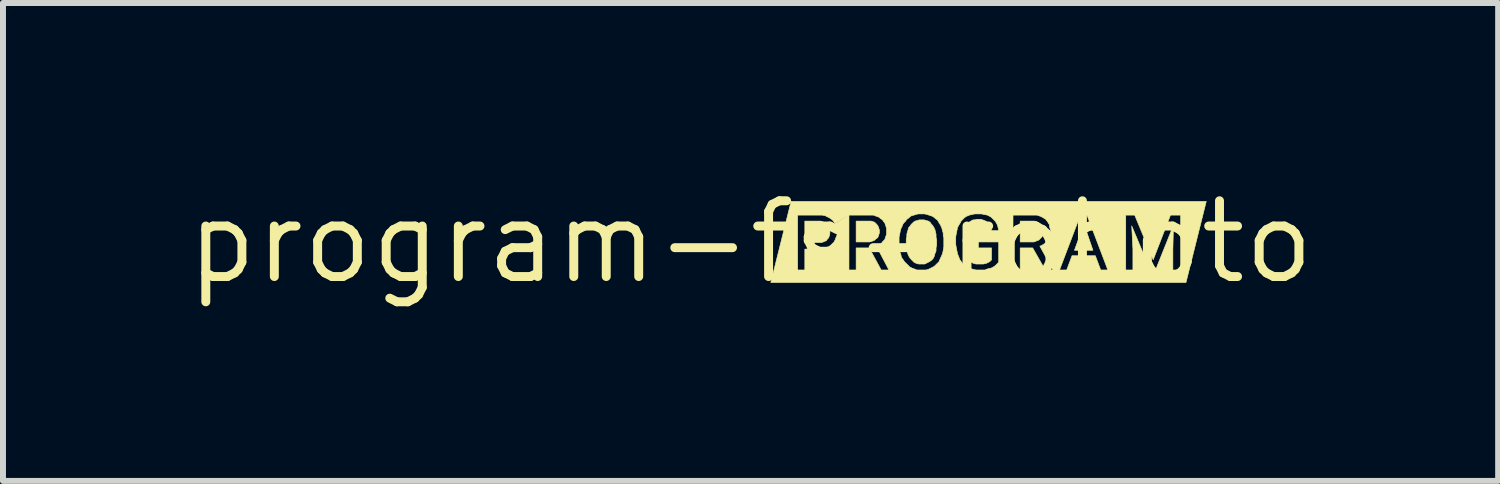
<source format=kicad_pcb>
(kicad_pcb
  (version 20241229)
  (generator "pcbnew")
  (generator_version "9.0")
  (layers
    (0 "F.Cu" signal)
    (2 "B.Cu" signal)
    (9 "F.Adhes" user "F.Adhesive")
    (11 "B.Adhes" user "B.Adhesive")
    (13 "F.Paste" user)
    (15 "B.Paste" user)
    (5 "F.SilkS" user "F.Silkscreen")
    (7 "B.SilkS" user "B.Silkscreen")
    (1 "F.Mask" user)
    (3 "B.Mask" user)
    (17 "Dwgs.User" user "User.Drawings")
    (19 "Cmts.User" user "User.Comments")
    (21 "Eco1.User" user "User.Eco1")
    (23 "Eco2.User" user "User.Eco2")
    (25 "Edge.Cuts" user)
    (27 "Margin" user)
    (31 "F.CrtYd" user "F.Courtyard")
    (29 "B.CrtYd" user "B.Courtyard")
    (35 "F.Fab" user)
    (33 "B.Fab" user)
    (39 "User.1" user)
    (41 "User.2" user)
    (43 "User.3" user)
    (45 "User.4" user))
  (footprint "program-fs-roboto"
    (layer "F.Cu")
    (at 9.532 1.006)
    (property "Reference" "program-fs-roboto" (at 0 0 0) (layer "F.SilkS") (effects (font (size 1.27 1.27) (thickness 0.15))))
    (attr board_only exclude_from_pos_files exclude_from_bom)
    (fp_poly (pts (xy 5.43 0.14) (xy 5.74 0.14) (xy 5.59 -0.3) (xy 5.43 0.14)) (stroke (width 0.01) (type solid)) (fill yes) (layer "F.SilkS"))
    (fp_poly (pts (xy 0.91 0.01) (xy 1.13 0.01) (xy 1.16 0.01) (xy 1.19 0.01) (xy 1.22 0) (xy 1.24 -0.01) (xy 1.27 -0.02) (xy 1.29 -0.05) (xy 1.31 -0.07) (xy 1.32 -0.1) (xy 1.33 -0.14) (xy 1.33 -0.18) (xy 1.32 -0.22) (xy 1.31 -0.25) (xy 1.29 -0.28) (xy 1.27 -0.3) (xy 1.24 -0.32) (xy 1.21 -0.34) (xy 1.17 -0.35) (xy 1.13 -0.35) (xy 0.91 -0.35) (xy 0.91 0.01)) (stroke (width 0.01) (type solid)) (fill yes) (layer "F.SilkS"))
    (fp_poly (pts (xy 1.77 0) (xy 1.97 0) (xy 2 0) (xy 2.03 -0.01) (xy 2.06 -0.02) (xy 2.08 -0.03) (xy 2.1 -0.05) (xy 2.13 -0.07) (xy 2.14 -0.09) (xy 2.15 -0.12) (xy 2.16 -0.15) (xy 2.16 -0.2) (xy 2.15 -0.23) (xy 2.14 -0.26) (xy 2.12 -0.29) (xy 2.1 -0.31) (xy 2.08 -0.33) (xy 2.05 -0.34) (xy 2.02 -0.35) (xy 1.97 -0.35) (xy 1.77 -0.35) (xy 1.77 0)) (stroke (width 0.01) (type solid)) (fill yes) (layer "F.SilkS"))
    (fp_poly (pts (xy 4.52 0) (xy 4.71 0) (xy 4.75 0) (xy 4.78 -0.01) (xy 4.8 -0.02) (xy 4.83 -0.03) (xy 4.85 -0.05) (xy 4.87 -0.07) (xy 4.89 -0.09) (xy 4.9 -0.12) (xy 4.9 -0.15) (xy 4.9 -0.2) (xy 4.9 -0.23) (xy 4.88 -0.26) (xy 4.87 -0.29) (xy 4.85 -0.31) (xy 4.82 -0.33) (xy 4.79 -0.34) (xy 4.76 -0.35) (xy 4.71 -0.35) (xy 4.52 -0.35) (xy 4.52 0)) (stroke (width 0.01) (type solid)) (fill yes) (layer "F.SilkS"))
    (fp_poly (pts (xy 3.12 -0.03) (xy 3.11 -0.08) (xy 3.11 -0.13) (xy 3.1 -0.17) (xy 3.09 -0.21) (xy 3.07 -0.25) (xy 3.05 -0.28) (xy 3.03 -0.3) (xy 3.01 -0.33) (xy 2.98 -0.35) (xy 2.94 -0.36) (xy 2.91 -0.37) (xy 2.87 -0.37) (xy 2.83 -0.37) (xy 2.8 -0.36) (xy 2.76 -0.35) (xy 2.73 -0.33) (xy 2.71 -0.31) (xy 2.69 -0.29) (xy 2.67 -0.26) (xy 2.65 -0.24) (xy 2.64 -0.2) (xy 2.63 -0.17) (xy 2.62 -0.13) (xy 2.62 -0.09) (xy 2.61 -0.05) (xy 2.61 0.05) (xy 2.62 0.09) (xy 2.62 0.13) (xy 2.63 0.17) (xy 2.64 0.21) (xy 2.66 0.25) (xy 2.68 0.28) (xy 2.71 0.31) (xy 2.74 0.34) (xy 2.78 0.36) (xy 2.82 0.37) (xy 2.85 0.37) (xy 2.87 0.37) (xy 2.9 0.37) (xy 2.92 0.37) (xy 2.94 0.36) (xy 2.96 0.35) (xy 2.98 0.34) (xy 3 0.33) (xy 3.03 0.31) (xy 3.06 0.28) (xy 3.08 0.24) (xy 3.09 0.2) (xy 3.11 0.15) (xy 3.11 0.1) (xy 3.12 0.05) (xy 3.12 -0.03)) (stroke (width 0.01) (type solid)) (fill yes) (layer "F.SilkS"))
    (fp_poly (pts (xy 0.79 -0.45) (xy 1.13 -0.45) (xy 1.2 -0.45) (xy 1.25 -0.44) (xy 1.29 -0.42) (xy 1.33 -0.4) (xy 1.37 -0.37) (xy 1.39 -0.35) (xy 1.4 -0.33) (xy 1.41 -0.31) (xy 1.65 -0.45) (xy 1.97 -0.45) (xy 2.02 -0.45) (xy 2.06 -0.45) (xy 2.11 -0.43) (xy 2.14 -0.42) (xy 2.16 -0.41) (xy 2.18 -0.39) (xy 2.2 -0.38) (xy 2.22 -0.36) (xy 2.23 -0.34) (xy 2.25 -0.32) (xy 2.26 -0.29) (xy 2.27 -0.26) (xy 2.28 -0.23) (xy 2.28 -0.19) (xy 2.28 -0.16) (xy 2.5 -0.13) (xy 2.51 -0.18) (xy 2.52 -0.22) (xy 2.54 -0.26) (xy 2.55 -0.29) (xy 2.57 -0.32) (xy 2.6 -0.35) (xy 2.62 -0.38) (xy 2.65 -0.4) (xy 2.67 -0.42) (xy 2.7 -0.44) (xy 2.74 -0.45) (xy 2.77 -0.46) (xy 2.81 -0.47) (xy 2.84 -0.47) (xy 2.88 -0.47) (xy 2.92 -0.47) (xy 2.96 -0.46) (xy 2.99 -0.45) (xy 3.02 -0.44) (xy 3.05 -0.43) (xy 3.08 -0.41) (xy 3.1 -0.39) (xy 3.13 -0.37) (xy 3.15 -0.34) (xy 3.16 -0.32) (xy 3.18 -0.29) (xy 3.2 -0.25) (xy 3.21 -0.22) (xy 3.22 -0.18) (xy 3.23 -0.15) (xy 3.23 -0.11) (xy 3.24 -0.07) (xy 3.24 0.03) (xy 3.44 0.04) (xy 3.44 -0.05) (xy 3.44 -0.09) (xy 3.45 -0.14) (xy 3.46 -0.19) (xy 3.47 -0.24) (xy 3.49 -0.28) (xy 3.51 -0.31) (xy 3.53 -0.35) (xy 3.56 -0.38) (xy 3.59 -0.41) (xy 3.62 -0.43) (xy 3.67 -0.45) (xy 3.71 -0.46) (xy 3.76 -0.47) (xy 3.81 -0.47) (xy 3.87 -0.47) (xy 3.92 -0.46) (xy 3.97 -0.45) (xy 4.01 -0.43) (xy 4.04 -0.41) (xy 4.07 -0.38) (xy 4.1 -0.35) (xy 4.12 -0.32) (xy 4.14 -0.28) (xy 4.15 -0.24) (xy 4.16 -0.19) (xy 4.04 -0.19) (xy 4.03 -0.22) (xy 4.02 -0.26) (xy 4 -0.28) (xy 3.99 -0.31) (xy 3.97 -0.33) (xy 3.94 -0.35) (xy 3.92 -0.36) (xy 3.89 -0.37) (xy 3.86 -0.38) (xy 3.83 -0.38) (xy 3.79 -0.38) (xy 3.76 -0.37) (xy 3.73 -0.37) (xy 3.71 -0.36) (xy 3.68 -0.34) (xy 3.66 -0.33) (xy 3.64 -0.31) (xy 3.62 -0.28) (xy 3.61 -0.25) (xy 3.6 -0.22) (xy 3.59 -0.19) (xy 3.58 -0.15) (xy 3.57 -0.11) (xy 3.57 -0.07) (xy 3.57 0.06) (xy 3.57 0.1) (xy 3.58 0.14) (xy 3.59 0.18) (xy 3.6 0.22) (xy 3.62 0.25) (xy 3.64 0.28) (xy 3.67 0.31) (xy 3.7 0.34) (xy 3.74 0.36) (xy 3.78 0.37) (xy 3.83 0.37) (xy 3.9 0.37) (xy 3.95 0.36) (xy 3.97 0.35) (xy 3.99 0.34) (xy 4.01 0.33) (xy 4.04 0.3) (xy 4.04 0.1) (xy 3.82 0.1) (xy 3.82 0) (xy 4.16 0) (xy 4.16 0.34) (xy 4.4 0.47) (xy 4.4 -0.45) (xy 4.71 -0.45) (xy 4.76 -0.45) (xy 4.8 -0.45) (xy 4.86 -0.43) (xy 4.88 -0.42) (xy 4.9 -0.41) (xy 4.93 -0.39) (xy 4.95 -0.38) (xy 4.96 -0.36) (xy 4.98 -0.34) (xy 4.99 -0.32) (xy 5.01 -0.29) (xy 5.01 -0.26) (xy 5.02 -0.23) (xy 5.03 -0.19) (xy 5.03 -0.16) (xy 5.02 -0.13) (xy 5.02 -0.1) (xy 5.01 -0.07) (xy 4.99 -0.04) (xy 4.97 -0.02) (xy 4.95 0) (xy 4.93 0.03) (xy 4.91 0.04) (xy 4.88 0.06) (xy 4.85 0.07) (xy 5.07 0.47) (xy 5.18 0.47) (xy 5.53 -0.45) (xy 5.64 -0.45) (xy 5.99 0.47) (xy 5.87 0.47) (xy 5.78 0.23) (xy 5.39 0.23) (xy 5.3 0.47) (xy 5.18 0.47) (xy 5.07 0.47) (xy 4.94 0.47) (xy 4.73 0.1) (xy 4.52 0.1) (xy 4.52 0.47) (xy 4.4 0.47) (xy 4.16 0.34) (xy 4.13 0.37) (xy 4.1 0.4) (xy 4.07 0.42) (xy 4.03 0.44) (xy 3.98 0.45) (xy 3.93 0.47) (xy 3.88 0.47) (xy 3.82 0.47) (xy 3.78 0.47) (xy 3.74 0.46) (xy 3.7 0.45) (xy 3.66 0.44) (xy 3.63 0.42) (xy 3.59 0.39) (xy 3.56 0.37) (xy 3.54 0.34) (xy 3.51 0.3) (xy 3.49 0.25) (xy 3.47 0.2) (xy 3.46 0.15) (xy 3.45 0.1) (xy 3.44 0.04) (xy 3.24 0.03) (xy 3.24 0.08) (xy 3.23 0.14) (xy 3.22 0.19) (xy 3.2 0.24) (xy 3.18 0.28) (xy 3.16 0.33) (xy 3.13 0.36) (xy 3.09 0.4) (xy 3.06 0.42) (xy 3.02 0.44) (xy 2.98 0.46) (xy 2.94 0.47) (xy 2.89 0.47) (xy 2.84 0.47) (xy 2.79 0.47) (xy 2.74 0.45) (xy 2.71 0.44) (xy 2.67 0.42) (xy 2.64 0.39) (xy 2.61 0.36) (xy 2.58 0.33) (xy 2.56 0.3) (xy 2.53 0.26) (xy 2.52 0.21) (xy 2.5 0.16) (xy 2.5 0.11) (xy 2.49 0.05) (xy 2.49 -0.03) (xy 2.49 -0.08) (xy 2.5 -0.13) (xy 2.28 -0.16) (xy 2.28 -0.13) (xy 2.27 -0.1) (xy 2.26 -0.07) (xy 2.25 -0.04) (xy 2.23 -0.02) (xy 2.21 0) (xy 2.19 0.03) (xy 2.16 0.04) (xy 2.14 0.06) (xy 2.11 0.07) (xy 2.32 0.47) (xy 2.19 0.47) (xy 1.99 0.1) (xy 1.77 0.1) (xy 1.77 0.47) (xy 1.65 0.47) (xy 1.65 -0.45) (xy 1.42 -0.31) (xy 1.43 -0.29) (xy 1.44 -0.27) (xy 1.44 -0.24) (xy 1.45 -0.21) (xy 1.45 -0.18) (xy 1.45 -0.15) (xy 1.45 -0.12) (xy 1.44 -0.09) (xy 1.43 -0.07) (xy 1.42 -0.04) (xy 1.41 -0.02) (xy 1.4 0) (xy 1.38 0.02) (xy 1.35 0.05) (xy 1.31 0.08) (xy 1.27 0.09) (xy 1.22 0.11) (xy 1.18 0.11) (xy 1.14 0.11) (xy 0.91 0.12) (xy 0.91 0.47) (xy 0.79 0.47) (xy 0.79 -0.45) (xy 0.68 -0.68) (xy 0.34 0.68) (xy 7.3 0.68) (xy 7.21 0.47) (xy 7.08 0.47) (xy 7.08 0.12) (xy 7.09 -0.28) (xy 6.79 0.47) (xy 6.7 0.47) (xy 6.39 -0.27) (xy 6.41 0.12) (xy 6.41 0.47) (xy 6.29 0.47) (xy 6.29 -0.45) (xy 6.44 -0.45) (xy 6.75 0.3) (xy 7.04 -0.45) (xy 7.21 -0.45) (xy 7.21 0.47) (xy 7.3 0.68) (xy 7.64 -0.68) (xy 0.68 -0.68) (xy 0.79 -0.45)) (stroke (width 0.01) (type solid)) (fill yes) (layer "F.SilkS")))
  (gr_rect
    (start -3 -3)
    (end 22.065 5.012)
    (stroke (width 0.1) (type default))
    (fill no)
    (layer "Edge.Cuts")))
</source>
